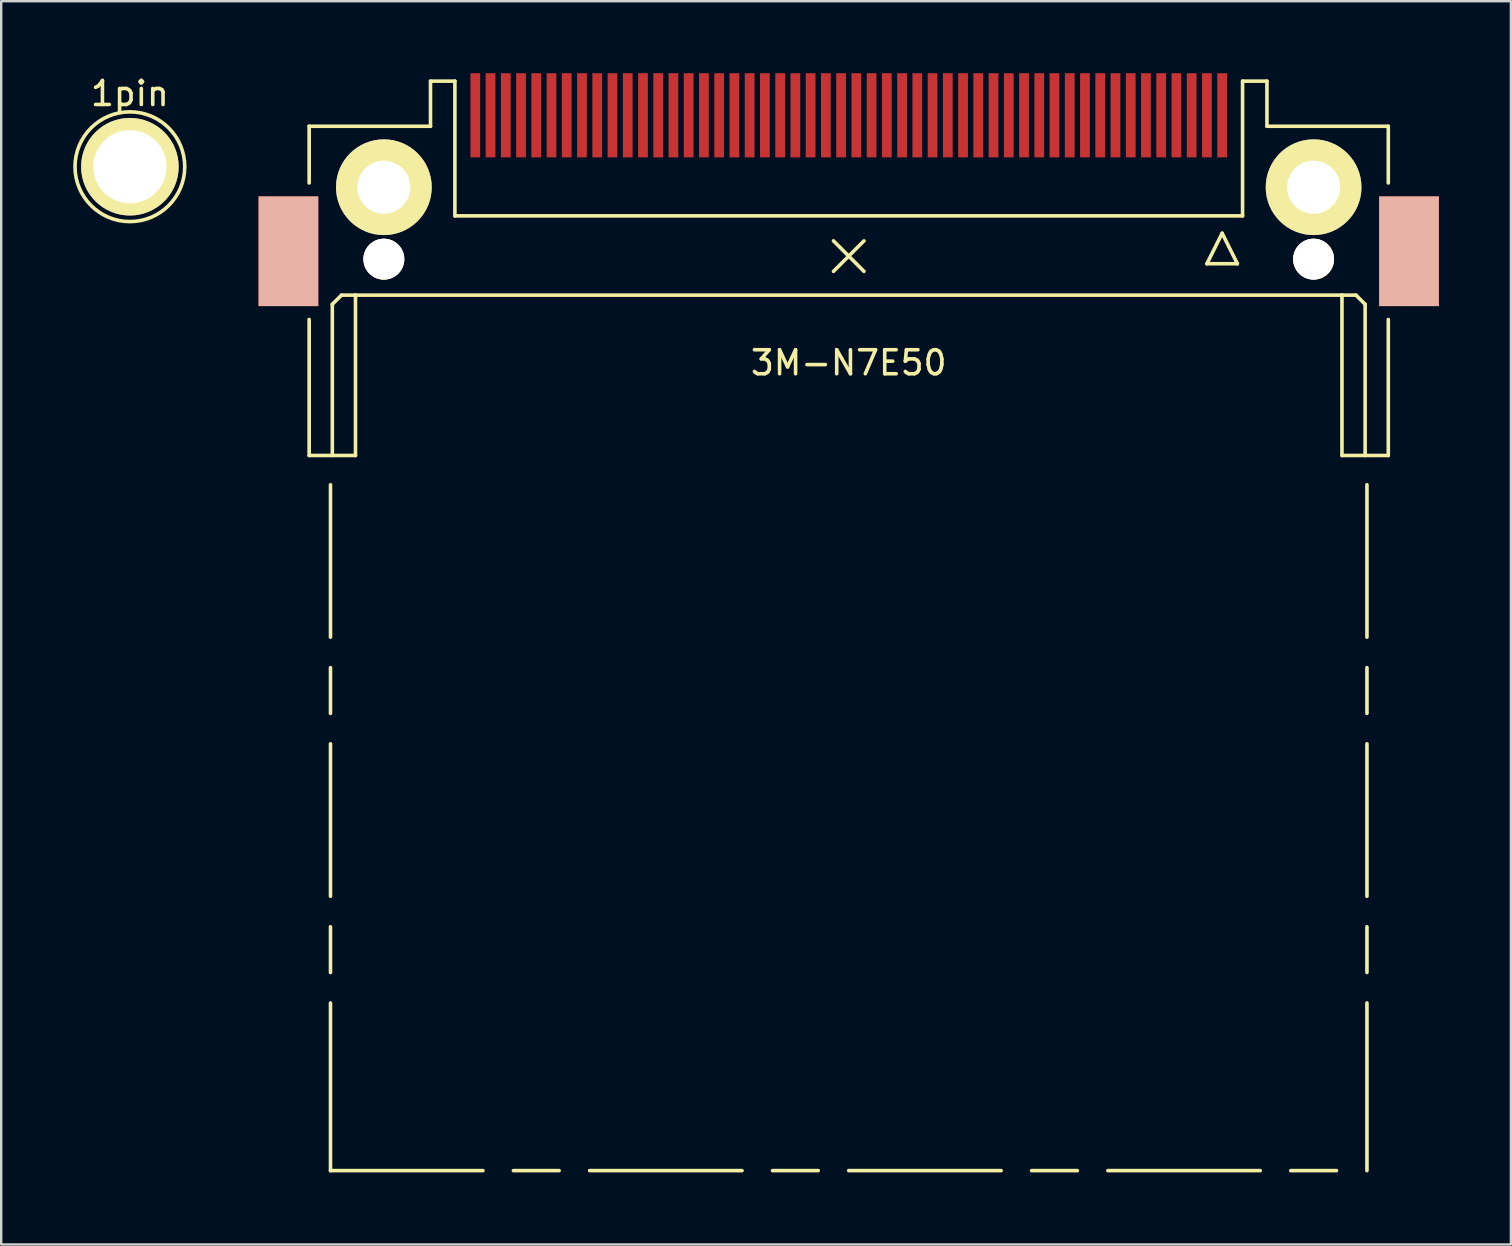
<source format=kicad_pcb>
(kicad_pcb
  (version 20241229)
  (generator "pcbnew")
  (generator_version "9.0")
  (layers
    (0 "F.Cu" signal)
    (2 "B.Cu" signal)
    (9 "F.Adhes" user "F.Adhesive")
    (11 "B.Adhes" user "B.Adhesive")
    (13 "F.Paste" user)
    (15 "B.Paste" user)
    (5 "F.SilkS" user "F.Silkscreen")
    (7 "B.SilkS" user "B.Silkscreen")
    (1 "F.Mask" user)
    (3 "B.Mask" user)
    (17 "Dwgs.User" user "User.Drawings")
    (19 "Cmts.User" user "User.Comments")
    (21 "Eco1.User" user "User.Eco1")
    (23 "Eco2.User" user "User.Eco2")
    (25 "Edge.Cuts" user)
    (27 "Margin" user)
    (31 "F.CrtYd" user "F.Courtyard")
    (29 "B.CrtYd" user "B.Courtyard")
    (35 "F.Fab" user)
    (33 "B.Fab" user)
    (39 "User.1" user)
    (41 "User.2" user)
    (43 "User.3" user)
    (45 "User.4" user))
  (footprint "1pin"
    (layer "F.Cu")
    (at 2.361 3.896)
    (property "Reference" "1pin" (at 0 -3.048 0) (layer "F.SilkS") (effects (font (size 1 1) (thickness 0.15))))
    (attr through_hole)
    (fp_circle (center 0 0) (end 0 -2.286) (stroke (width 0.15) (type solid)) (fill no) (layer "F.SilkS"))
    (pad "1" thru_hole circle (at 0 0) (size 4.064 4.064) (drill 3.048) (layers "*.Cu" "*.Mask" "F.SilkS")))
  (footprint "3M-N7E50"
    (layer "F.Cu")
    (at 32.309 7.62)
    (property "Reference" "3M-N7E50" (at 0 4.445 0) (layer "F.SilkS") (effects (font (size 1 1) (thickness 0.15))))
    (attr through_hole)
    (fp_line (start -22.479 -5.41) (end -17.424 -5.41) (stroke (width 0.15) (type solid)) (layer "F.SilkS"))
    (fp_line (start -22.479 -3.048) (end -22.479 -5.41) (stroke (width 0.15) (type solid)) (layer "F.SilkS"))
    (fp_line (start -22.479 2.642) (end -22.479 8.306) (stroke (width 0.15) (type solid)) (layer "F.SilkS"))
    (fp_line (start -22.479 8.306) (end -20.549 8.306) (stroke (width 0.15) (type solid)) (layer "F.SilkS"))
    (fp_line (start -21.59 9.525) (end -21.59 15.875) (stroke (width 0.15) (type solid)) (layer "F.SilkS"))
    (fp_line (start -21.59 17.145) (end -21.59 19.05) (stroke (width 0.15) (type solid)) (layer "F.SilkS"))
    (fp_line (start -21.59 20.32) (end -21.59 26.67) (stroke (width 0.15) (type solid)) (layer "F.SilkS"))
    (fp_line (start -21.59 27.94) (end -21.59 29.845) (stroke (width 0.15) (type solid)) (layer "F.SilkS"))
    (fp_line (start -21.59 31.115) (end -21.59 38.1) (stroke (width 0.15) (type solid)) (layer "F.SilkS"))
    (fp_line (start -21.59 38.1) (end -15.24 38.1) (stroke (width 0.15) (type solid)) (layer "F.SilkS"))
    (fp_line (start -21.514 2.007) (end -21.133 1.626) (stroke (width 0.15) (type solid)) (layer "F.SilkS"))
    (fp_line (start -21.514 8.306) (end -21.514 2.007) (stroke (width 0.15) (type solid)) (layer "F.SilkS"))
    (fp_line (start -21.133 1.626) (end -20.549 1.626) (stroke (width 0.15) (type solid)) (layer "F.SilkS"))
    (fp_line (start -20.549 1.626) (end 20.549 1.626) (stroke (width 0.15) (type solid)) (layer "F.SilkS"))
    (fp_line (start -20.549 8.306) (end -20.549 1.626) (stroke (width 0.15) (type solid)) (layer "F.SilkS"))
    (fp_line (start -17.424 -7.29) (end -16.408 -7.29) (stroke (width 0.15) (type solid)) (layer "F.SilkS"))
    (fp_line (start -17.424 -5.41) (end -17.424 -7.29) (stroke (width 0.15) (type solid)) (layer "F.SilkS"))
    (fp_line (start -16.408 -7.29) (end -16.408 -1.676) (stroke (width 0.15) (type solid)) (layer "F.SilkS"))
    (fp_line (start -16.408 -1.676) (end 16.408 -1.676) (stroke (width 0.15) (type solid)) (layer "F.SilkS"))
    (fp_line (start -13.97 38.1) (end -12.065 38.1) (stroke (width 0.15) (type solid)) (layer "F.SilkS"))
    (fp_line (start -10.795 38.1) (end -4.445 38.1) (stroke (width 0.15) (type solid)) (layer "F.SilkS"))
    (fp_line (start -3.175 38.1) (end -1.27 38.1) (stroke (width 0.15) (type solid)) (layer "F.SilkS"))
    (fp_line (start -0.635 -0.635) (end 0.635 0.635) (stroke (width 0.15) (type solid)) (layer "F.SilkS"))
    (fp_line (start 0 38.1) (end 6.35 38.1) (stroke (width 0.15) (type solid)) (layer "F.SilkS"))
    (fp_line (start 0.635 -0.635) (end -0.635 0.635) (stroke (width 0.15) (type solid)) (layer "F.SilkS"))
    (fp_line (start 7.62 38.1) (end 9.525 38.1) (stroke (width 0.15) (type solid)) (layer "F.SilkS"))
    (fp_line (start 10.795 38.1) (end 17.145 38.1) (stroke (width 0.15) (type solid)) (layer "F.SilkS"))
    (fp_line (start 14.922 0.318) (end 16.192 0.318) (stroke (width 0.15) (type solid)) (layer "F.SilkS"))
    (fp_line (start 15.557 -0.953) (end 14.922 0.318) (stroke (width 0.15) (type solid)) (layer "F.SilkS"))
    (fp_line (start 16.192 0.318) (end 15.557 -0.953) (stroke (width 0.15) (type solid)) (layer "F.SilkS"))
    (fp_line (start 16.408 -7.29) (end 17.424 -7.29) (stroke (width 0.15) (type solid)) (layer "F.SilkS"))
    (fp_line (start 16.408 -1.676) (end 16.408 -7.29) (stroke (width 0.15) (type solid)) (layer "F.SilkS"))
    (fp_line (start 17.424 -7.29) (end 17.424 -5.41) (stroke (width 0.15) (type solid)) (layer "F.SilkS"))
    (fp_line (start 17.424 -5.41) (end 22.479 -5.41) (stroke (width 0.15) (type solid)) (layer "F.SilkS"))
    (fp_line (start 18.415 38.1) (end 20.32 38.1) (stroke (width 0.15) (type solid)) (layer "F.SilkS"))
    (fp_line (start 20.549 1.626) (end 20.549 8.306) (stroke (width 0.15) (type solid)) (layer "F.SilkS"))
    (fp_line (start 20.549 8.306) (end 22.479 8.306) (stroke (width 0.15) (type solid)) (layer "F.SilkS"))
    (fp_line (start 21.133 1.626) (end 20.549 1.626) (stroke (width 0.15) (type solid)) (layer "F.SilkS"))
    (fp_line (start 21.514 2.007) (end 21.133 1.626) (stroke (width 0.15) (type solid)) (layer "F.SilkS"))
    (fp_line (start 21.514 8.306) (end 21.514 2.007) (stroke (width 0.15) (type solid)) (layer "F.SilkS"))
    (fp_line (start 21.59 9.525) (end 21.59 15.875) (stroke (width 0.15) (type solid)) (layer "F.SilkS"))
    (fp_line (start 21.59 17.145) (end 21.59 19.05) (stroke (width 0.15) (type solid)) (layer "F.SilkS"))
    (fp_line (start 21.59 20.32) (end 21.59 26.67) (stroke (width 0.15) (type solid)) (layer "F.SilkS"))
    (fp_line (start 21.59 27.94) (end 21.59 29.845) (stroke (width 0.15) (type solid)) (layer "F.SilkS"))
    (fp_line (start 21.59 31.115) (end 21.59 38.1) (stroke (width 0.15) (type solid)) (layer "F.SilkS"))
    (fp_line (start 22.479 -5.41) (end 22.479 -3.048) (stroke (width 0.15) (type solid)) (layer "F.SilkS"))
    (fp_line (start 22.479 8.306) (end 22.479 2.642) (stroke (width 0.15) (type solid)) (layer "F.SilkS"))
    (pad "" smd rect (at -23.343 -0.203) (size 2.489 4.572) (layers "F.Cu" "F.Mask" "B.SilkS" "F.Paste"))
    (pad "" thru_hole circle (at -19.367 -2.87) (size 3.988 3.988) (drill 2.21) (layers "*.Cu" "*.Mask" "F.SilkS"))
    (pad "" thru_hole circle (at -19.367 0.127) (size 1.702 1.702) (drill 1.702) (layers "*.Cu" "*.Mask" "F.SilkS"))
    (pad "" thru_hole circle (at 19.367 -2.87) (size 3.988 3.988) (drill 2.21) (layers "*.Cu" "*.Mask" "F.SilkS"))
    (pad "" thru_hole circle (at 19.367 0.127) (size 1.702 1.702) (drill 1.702) (layers "*.Cu" "*.Mask" "F.SilkS"))
    (pad "" smd rect (at 23.343 -0.203) (size 2.489 4.572) (layers "F.Cu" "F.Mask" "B.SilkS" "F.Paste"))
    (pad "1" smd rect (at 15.557 -5.867) (size 0.406 3.505) (layers "F.Cu" "F.Mask" "F.Paste"))
    (pad "2" smd rect (at 14.287 -5.867) (size 0.406 3.505) (layers "F.Cu" "F.Mask" "F.Paste"))
    (pad "3" smd rect (at 13.018 -5.867) (size 0.406 3.505) (layers "F.Cu" "F.Mask" "F.Paste"))
    (pad "4" smd rect (at 11.748 -5.867) (size 0.406 3.505) (layers "F.Cu" "F.Mask" "F.Paste"))
    (pad "5" smd rect (at 10.477 -5.867) (size 0.406 3.505) (layers "F.Cu" "F.Mask" "F.Paste"))
    (pad "6" smd rect (at 9.207 -5.867) (size 0.406 3.505) (layers "F.Cu" "F.Mask" "F.Paste"))
    (pad "7" smd rect (at 7.938 -5.867) (size 0.406 3.505) (layers "F.Cu" "F.Mask" "F.Paste"))
    (pad "8" smd rect (at 6.668 -5.867) (size 0.406 3.505) (layers "F.Cu" "F.Mask" "F.Paste"))
    (pad "9" smd rect (at 5.397 -5.867) (size 0.406 3.505) (layers "F.Cu" "F.Mask" "F.Paste"))
    (pad "10" smd rect (at 4.128 -5.867) (size 0.406 3.505) (layers "F.Cu" "F.Mask" "F.Paste"))
    (pad "11" smd rect (at 2.857 -5.867) (size 0.406 3.505) (layers "F.Cu" "F.Mask" "F.Paste"))
    (pad "12" smd rect (at 1.587 -5.867) (size 0.406 3.505) (layers "F.Cu" "F.Mask" "F.Paste"))
    (pad "13" smd rect (at 0.318 -5.867) (size 0.406 3.505) (layers "F.Cu" "F.Mask" "F.Paste"))
    (pad "14" smd rect (at -0.953 -5.867) (size 0.406 3.505) (layers "F.Cu" "F.Mask" "F.Paste"))
    (pad "15" smd rect (at -2.223 -5.867) (size 0.406 3.505) (layers "F.Cu" "F.Mask" "F.Paste"))
    (pad "16" smd rect (at -3.493 -5.867) (size 0.406 3.505) (layers "F.Cu" "F.Mask" "F.Paste"))
    (pad "17" smd rect (at -4.763 -5.867) (size 0.406 3.505) (layers "F.Cu" "F.Mask" "F.Paste"))
    (pad "18" smd rect (at -6.032 -5.867) (size 0.406 3.505) (layers "F.Cu" "F.Mask" "F.Paste"))
    (pad "19" smd rect (at -7.303 -5.867) (size 0.406 3.505) (layers "F.Cu" "F.Mask" "F.Paste"))
    (pad "20" smd rect (at -8.572 -5.867) (size 0.406 3.505) (layers "F.Cu" "F.Mask" "F.Paste"))
    (pad "21" smd rect (at -9.842 -5.867) (size 0.406 3.505) (layers "F.Cu" "F.Mask" "F.Paste"))
    (pad "22" smd rect (at -11.113 -5.867) (size 0.406 3.505) (layers "F.Cu" "F.Mask" "F.Paste"))
    (pad "23" smd rect (at -12.383 -5.867) (size 0.406 3.505) (layers "F.Cu" "F.Mask" "F.Paste"))
    (pad "24" smd rect (at -13.652 -5.867) (size 0.406 3.505) (layers "F.Cu" "F.Mask" "F.Paste"))
    (pad "25" smd rect (at -14.922 -5.867) (size 0.406 3.505) (layers "F.Cu" "F.Mask" "F.Paste"))
    (pad "26" smd rect (at 14.922 -5.867) (size 0.406 3.505) (layers "F.Cu" "F.Mask" "F.Paste"))
    (pad "27" smd rect (at 13.652 -5.867) (size 0.406 3.505) (layers "F.Cu" "F.Mask" "F.Paste"))
    (pad "28" smd rect (at 12.383 -5.867) (size 0.406 3.505) (layers "F.Cu" "F.Mask" "F.Paste"))
    (pad "29" smd rect (at 11.113 -5.867) (size 0.406 3.505) (layers "F.Cu" "F.Mask" "F.Paste"))
    (pad "30" smd rect (at 9.842 -5.867) (size 0.406 3.505) (layers "F.Cu" "F.Mask" "F.Paste"))
    (pad "31" smd rect (at 8.572 -5.867) (size 0.406 3.505) (layers "F.Cu" "F.Mask" "F.Paste"))
    (pad "32" smd rect (at 7.303 -5.867) (size 0.406 3.505) (layers "F.Cu" "F.Mask" "F.Paste"))
    (pad "33" smd rect (at 6.032 -5.867) (size 0.406 3.505) (layers "F.Cu" "F.Mask" "F.Paste"))
    (pad "34" smd rect (at 4.763 -5.867) (size 0.406 3.505) (layers "F.Cu" "F.Mask" "F.Paste"))
    (pad "35" smd rect (at 3.493 -5.867) (size 0.406 3.505) (layers "F.Cu" "F.Mask" "F.Paste"))
    (pad "36" smd rect (at 2.223 -5.867) (size 0.406 3.505) (layers "F.Cu" "F.Mask" "F.Paste"))
    (pad "37" smd rect (at 0.953 -5.867) (size 0.406 3.505) (layers "F.Cu" "F.Mask" "F.Paste"))
    (pad "38" smd rect (at -0.318 -5.867) (size 0.406 3.505) (layers "F.Cu" "F.Mask" "F.Paste"))
    (pad "39" smd rect (at -1.587 -5.867) (size 0.406 3.505) (layers "F.Cu" "F.Mask" "F.Paste"))
    (pad "40" smd rect (at -2.857 -5.867) (size 0.406 3.505) (layers "F.Cu" "F.Mask" "F.Paste"))
    (pad "41" smd rect (at -4.128 -5.867) (size 0.406 3.505) (layers "F.Cu" "F.Mask" "F.Paste"))
    (pad "42" smd rect (at -5.397 -5.867) (size 0.406 3.505) (layers "F.Cu" "F.Mask" "F.Paste"))
    (pad "43" smd rect (at -6.668 -5.867) (size 0.406 3.505) (layers "F.Cu" "F.Mask" "F.Paste"))
    (pad "44" smd rect (at -7.938 -5.867) (size 0.406 3.505) (layers "F.Cu" "F.Mask" "F.Paste"))
    (pad "45" smd rect (at -9.207 -5.867) (size 0.406 3.505) (layers "F.Cu" "F.Mask" "F.Paste"))
    (pad "46" smd rect (at -10.477 -5.867) (size 0.406 3.505) (layers "F.Cu" "F.Mask" "F.Paste"))
    (pad "47" smd rect (at -11.748 -5.867) (size 0.406 3.505) (layers "F.Cu" "F.Mask" "F.Paste"))
    (pad "48" smd rect (at -13.018 -5.867) (size 0.406 3.505) (layers "F.Cu" "F.Mask" "F.Paste"))
    (pad "49" smd rect (at -14.287 -5.867) (size 0.406 3.505) (layers "F.Cu" "F.Mask" "F.Paste"))
    (pad "50" smd rect (at -15.557 -5.867) (size 0.406 3.505) (layers "F.Cu" "F.Mask" "F.Paste")))
  (gr_rect
    (start -3 -3)
    (end 59.896 48.795)
    (stroke (width 0.1) (type default))
    (fill no)
    (layer "Edge.Cuts")))
</source>
